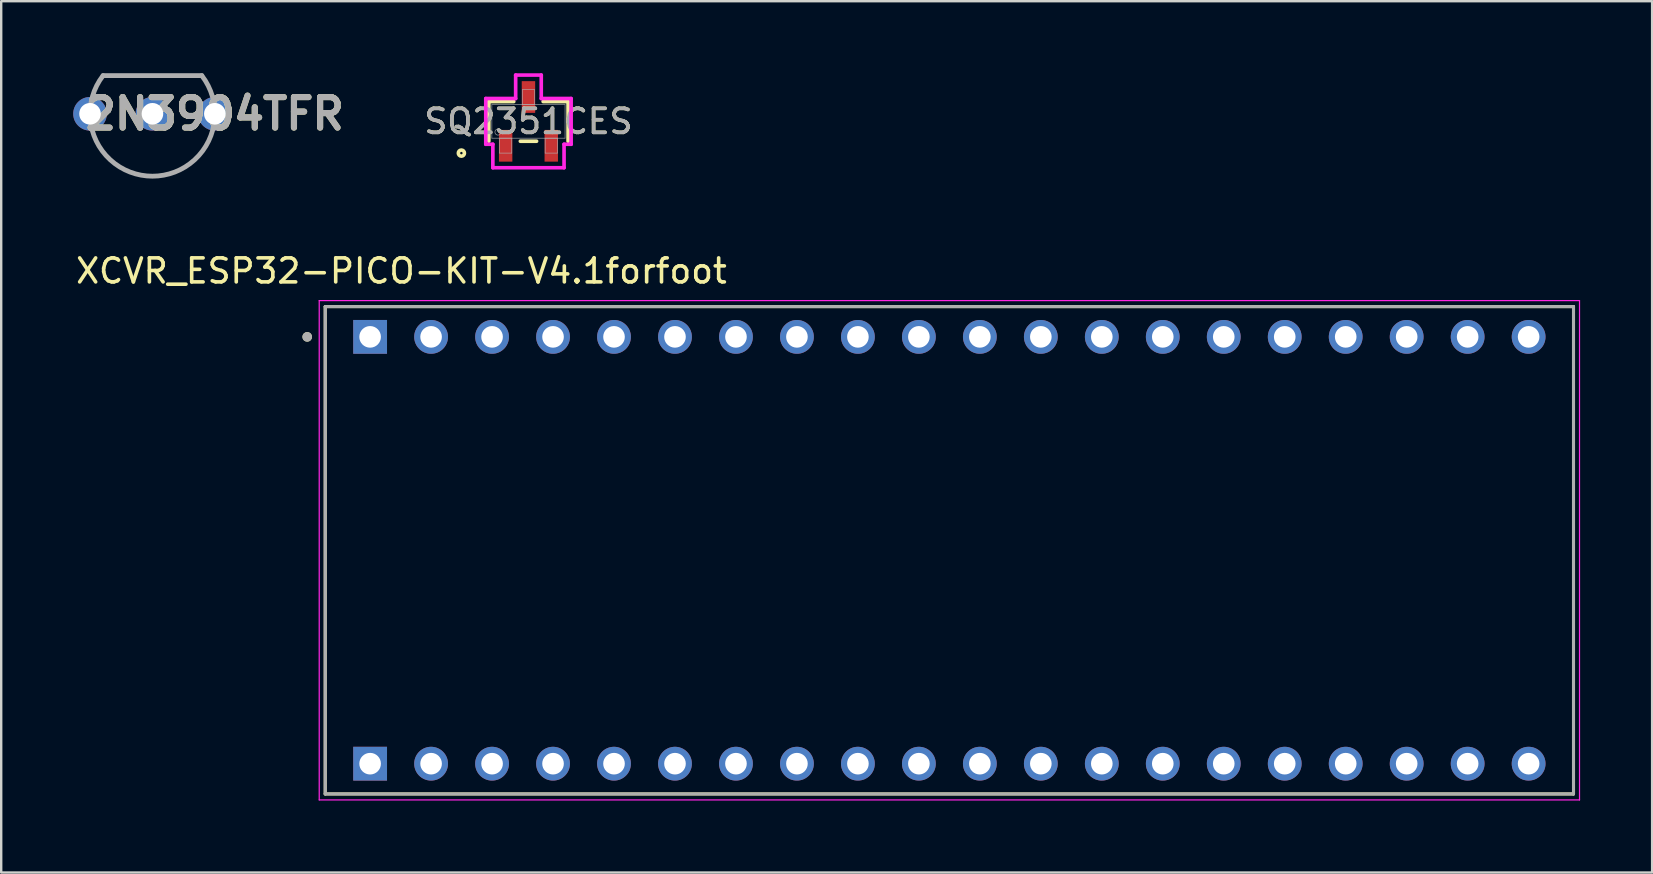
<source format=kicad_pcb>
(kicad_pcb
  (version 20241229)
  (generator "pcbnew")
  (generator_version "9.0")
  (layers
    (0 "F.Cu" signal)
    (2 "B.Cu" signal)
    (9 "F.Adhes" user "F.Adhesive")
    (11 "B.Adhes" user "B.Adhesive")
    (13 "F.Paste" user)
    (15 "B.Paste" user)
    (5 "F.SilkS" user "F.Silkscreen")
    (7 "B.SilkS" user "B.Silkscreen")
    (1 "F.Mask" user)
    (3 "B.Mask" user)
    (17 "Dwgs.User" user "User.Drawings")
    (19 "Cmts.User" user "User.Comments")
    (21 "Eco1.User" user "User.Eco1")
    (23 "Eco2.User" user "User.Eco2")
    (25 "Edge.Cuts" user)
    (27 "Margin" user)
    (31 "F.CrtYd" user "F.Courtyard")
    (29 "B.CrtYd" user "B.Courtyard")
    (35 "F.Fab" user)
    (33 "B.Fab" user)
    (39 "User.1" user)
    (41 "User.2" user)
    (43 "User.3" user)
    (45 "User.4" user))
  (footprint "XCVR_ESP32-PICO-KIT-V4.1forfoot"
    (layer "F.Cu")
    (at 36.498 19.873)
    (property "Reference" "XCVR_ESP32-PICO-KIT-V4.1forfoot" (at -22.825 -11.635 0) (layer "F.SilkS") (effects (font (size 1 1) (thickness 0.15))))
    (attr through_hole)
    (fp_line (start -26 -10.15) (end 26 -10.15) (stroke (width 0.127) (type solid)) (layer "F.SilkS"))
    (fp_line (start -26 10.15) (end -26 -10.15) (stroke (width 0.127) (type solid)) (layer "F.SilkS"))
    (fp_line (start 26 -10.15) (end 26 10.15) (stroke (width 0.127) (type solid)) (layer "F.SilkS"))
    (fp_line (start 26 10.15) (end -26 10.15) (stroke (width 0.127) (type solid)) (layer "F.SilkS"))
    (fp_circle (center -26.75 -8.89) (end -26.65 -8.89) (stroke (width 0.2) (type solid)) (fill no) (layer "F.SilkS"))
    (fp_line (start -26.25 -10.4) (end 26.25 -10.4) (stroke (width 0.05) (type solid)) (layer "F.CrtYd"))
    (fp_line (start -26.25 10.4) (end -26.25 -10.4) (stroke (width 0.05) (type solid)) (layer "F.CrtYd"))
    (fp_line (start 26.25 -10.4) (end 26.25 10.4) (stroke (width 0.05) (type solid)) (layer "F.CrtYd"))
    (fp_line (start 26.25 10.4) (end -26.25 10.4) (stroke (width 0.05) (type solid)) (layer "F.CrtYd"))
    (fp_line (start -26 -10.15) (end 26 -10.15) (stroke (width 0.127) (type solid)) (layer "F.Fab"))
    (fp_line (start -26 10.15) (end -26 -10.15) (stroke (width 0.127) (type solid)) (layer "F.Fab"))
    (fp_line (start 26 -10.15) (end 26 10.15) (stroke (width 0.127) (type solid)) (layer "F.Fab"))
    (fp_line (start 26 10.15) (end -26 10.15) (stroke (width 0.127) (type solid)) (layer "F.Fab"))
    (fp_circle (center -26.75 -8.89) (end -26.65 -8.89) (stroke (width 0.2) (type solid)) (fill no) (layer "F.Fab"))
    (pad "J2_1" thru_hole rect (at -24.13 -8.89) (size 1.408 1.408) (drill 0.9) (layers "*.Cu" "*.Mask"))
    (pad "J2_2" thru_hole circle (at -21.59 -8.89) (size 1.408 1.408) (drill 0.9) (layers "*.Cu" "*.Mask"))
    (pad "J2_3" thru_hole circle (at -19.05 -8.89) (size 1.408 1.408) (drill 0.9) (layers "*.Cu" "*.Mask"))
    (pad "J2_4" thru_hole circle (at -16.51 -8.89) (size 1.408 1.408) (drill 0.9) (layers "*.Cu" "*.Mask"))
    (pad "J2_5" thru_hole circle (at -13.97 -8.89) (size 1.408 1.408) (drill 0.9) (layers "*.Cu" "*.Mask"))
    (pad "J2_6" thru_hole circle (at -11.43 -8.89) (size 1.408 1.408) (drill 0.9) (layers "*.Cu" "*.Mask"))
    (pad "J2_7" thru_hole circle (at -8.89 -8.89) (size 1.408 1.408) (drill 0.9) (layers "*.Cu" "*.Mask"))
    (pad "J2_8" thru_hole circle (at -6.35 -8.89) (size 1.408 1.408) (drill 0.9) (layers "*.Cu" "*.Mask"))
    (pad "J2_9" thru_hole circle (at -3.81 -8.89) (size 1.408 1.408) (drill 0.9) (layers "*.Cu" "*.Mask"))
    (pad "J2_10" thru_hole circle (at -1.27 -8.89) (size 1.408 1.408) (drill 0.9) (layers "*.Cu" "*.Mask"))
    (pad "J2_11" thru_hole circle (at 1.27 -8.89) (size 1.408 1.408) (drill 0.9) (layers "*.Cu" "*.Mask"))
    (pad "J2_12" thru_hole circle (at 3.81 -8.89) (size 1.408 1.408) (drill 0.9) (layers "*.Cu" "*.Mask"))
    (pad "J2_13" thru_hole circle (at 6.35 -8.89) (size 1.408 1.408) (drill 0.9) (layers "*.Cu" "*.Mask"))
    (pad "J2_14" thru_hole circle (at 8.89 -8.89) (size 1.408 1.408) (drill 0.9) (layers "*.Cu" "*.Mask"))
    (pad "J2_15" thru_hole circle (at 11.43 -8.89) (size 1.408 1.408) (drill 0.9) (layers "*.Cu" "*.Mask"))
    (pad "J2_16" thru_hole circle (at 13.97 -8.89) (size 1.408 1.408) (drill 0.9) (layers "*.Cu" "*.Mask"))
    (pad "J2_17" thru_hole circle (at 16.51 -8.89) (size 1.408 1.408) (drill 0.9) (layers "*.Cu" "*.Mask"))
    (pad "J2_18" thru_hole circle (at 19.05 -8.89) (size 1.408 1.408) (drill 0.9) (layers "*.Cu" "*.Mask"))
    (pad "J2_19" thru_hole circle (at 21.59 -8.89) (size 1.408 1.408) (drill 0.9) (layers "*.Cu" "*.Mask"))
    (pad "J2_20" thru_hole circle (at 24.13 -8.89) (size 1.408 1.408) (drill 0.9) (layers "*.Cu" "*.Mask"))
    (pad "J3_1" thru_hole rect (at -24.13 8.89) (size 1.408 1.408) (drill 0.9) (layers "*.Cu" "*.Mask"))
    (pad "J3_2" thru_hole circle (at -21.59 8.89) (size 1.408 1.408) (drill 0.9) (layers "*.Cu" "*.Mask"))
    (pad "J3_3" thru_hole circle (at -19.05 8.89) (size 1.408 1.408) (drill 0.9) (layers "*.Cu" "*.Mask"))
    (pad "J3_4" thru_hole circle (at -16.51 8.89) (size 1.408 1.408) (drill 0.9) (layers "*.Cu" "*.Mask"))
    (pad "J3_5" thru_hole circle (at -13.97 8.89) (size 1.408 1.408) (drill 0.9) (layers "*.Cu" "*.Mask"))
    (pad "J3_6" thru_hole circle (at -11.43 8.89) (size 1.408 1.408) (drill 0.9) (layers "*.Cu" "*.Mask"))
    (pad "J3_7" thru_hole circle (at -8.89 8.89) (size 1.408 1.408) (drill 0.9) (layers "*.Cu" "*.Mask"))
    (pad "J3_8" thru_hole circle (at -6.35 8.89) (size 1.408 1.408) (drill 0.9) (layers "*.Cu" "*.Mask"))
    (pad "J3_9" thru_hole circle (at -3.81 8.89) (size 1.408 1.408) (drill 0.9) (layers "*.Cu" "*.Mask"))
    (pad "J3_10" thru_hole circle (at -1.27 8.89) (size 1.408 1.408) (drill 0.9) (layers "*.Cu" "*.Mask"))
    (pad "J3_11" thru_hole circle (at 1.27 8.89) (size 1.408 1.408) (drill 0.9) (layers "*.Cu" "*.Mask"))
    (pad "J3_12" thru_hole circle (at 3.81 8.89) (size 1.408 1.408) (drill 0.9) (layers "*.Cu" "*.Mask"))
    (pad "J3_13" thru_hole circle (at 6.35 8.89) (size 1.408 1.408) (drill 0.9) (layers "*.Cu" "*.Mask"))
    (pad "J3_14" thru_hole circle (at 8.89 8.89) (size 1.408 1.408) (drill 0.9) (layers "*.Cu" "*.Mask"))
    (pad "J3_15" thru_hole circle (at 11.43 8.89) (size 1.408 1.408) (drill 0.9) (layers "*.Cu" "*.Mask"))
    (pad "J3_16" thru_hole circle (at 13.97 8.89) (size 1.408 1.408) (drill 0.9) (layers "*.Cu" "*.Mask"))
    (pad "J3_17" thru_hole circle (at 16.51 8.89) (size 1.408 1.408) (drill 0.9) (layers "*.Cu" "*.Mask"))
    (pad "J3_18" thru_hole circle (at 19.05 8.89) (size 1.408 1.408) (drill 0.9) (layers "*.Cu" "*.Mask"))
    (pad "J3_19" thru_hole circle (at 21.59 8.89) (size 1.408 1.408) (drill 0.9) (layers "*.Cu" "*.Mask"))
    (pad "J3_20" thru_hole circle (at 24.13 8.89) (size 1.408 1.408) (drill 0.9) (layers "*.Cu" "*.Mask")))
  (footprint "2N3904TFR"
    (layer "F.Cu")
    (at 5.9 1.69)
    (property "Reference" "2N3904TFR" (at 0 0 0) (layer "F.SilkS") (effects (font (size 1.27 1.27) (thickness 0.254))))
    (attr through_hole)
    (fp_line (start -4.657 -1.59) (end -0.543 -1.59) (stroke (width 0.1) (type solid)) (layer "F.SilkS"))
    (fp_arc (start -0.199307 0.998336) (mid -2.599099 2.6) (end -5 1) (stroke (width 0.1) (type solid)) (layer "F.SilkS"))
    (fp_line (start -4.657 -1.59) (end -0.543 -1.59) (stroke (width 0.2) (type solid)) (layer "F.Fab"))
    (fp_arc (start -0.542795 -1.589942) (mid -2.600037 2.600002) (end -4.65716 -1.59) (stroke (width 0.2) (type solid)) (layer "F.Fab"))
    (fp_text user "${REFERENCE}" (at 0 0 0) (layer "F.Fab") (effects (font (size 1.27 1.27) (thickness 0.254))))
    (pad "1" thru_hole circle (at 0 0) (size 1.4 1.4) (drill 0.9) (layers "*.Cu" "*.Mask"))
    (pad "2" thru_hole circle (at -2.6 0) (size 1.4 1.4) (drill 0.9) (layers "*.Cu" "*.Mask"))
    (pad "3" thru_hole circle (at -5.2 0) (size 1.4 1.4) (drill 0.9) (layers "*.Cu" "*.Mask")))
  (footprint "SQ2351CES"
    (layer "F.Cu")
    (at 18.964 2.007)
    (property "Reference" "SQ2351CES" (at 0 0 0) (unlocked yes) (layer "F.SilkS") (effects (font (size 1 1) (thickness 0.15))))
    (attr smd)
    (fp_line (start -1.651 -0.826) (end -1.651 0.826) (stroke (width 0.152) (type solid)) (layer "F.SilkS"))
    (fp_line (start -0.612 -0.826) (end -1.651 -0.826) (stroke (width 0.152) (type solid)) (layer "F.SilkS"))
    (fp_line (start -0.338 0.826) (end 0.338 0.826) (stroke (width 0.152) (type solid)) (layer "F.SilkS"))
    (fp_line (start 1.651 -0.826) (end 0.612 -0.826) (stroke (width 0.152) (type solid)) (layer "F.SilkS"))
    (fp_line (start 1.651 0.826) (end 1.651 -0.826) (stroke (width 0.152) (type solid)) (layer "F.SilkS"))
    (fp_circle (center -2.794 1.321) (end -2.667 1.321) (stroke (width 0.152) (type solid)) (fill no) (layer "F.SilkS"))
    (fp_line (start -1.778 -0.953) (end -0.533 -0.953) (stroke (width 0.152) (type solid)) (layer "F.CrtYd"))
    (fp_line (start -1.778 0.953) (end -1.778 -0.953) (stroke (width 0.152) (type solid)) (layer "F.CrtYd"))
    (fp_line (start -1.778 0.953) (end -1.483 0.953) (stroke (width 0.152) (type solid)) (layer "F.CrtYd"))
    (fp_line (start -1.483 0.953) (end -1.483 1.93) (stroke (width 0.152) (type solid)) (layer "F.CrtYd"))
    (fp_line (start -1.483 1.93) (end 1.483 1.93) (stroke (width 0.152) (type solid)) (layer "F.CrtYd"))
    (fp_line (start -0.533 -1.93) (end 0.533 -1.93) (stroke (width 0.152) (type solid)) (layer "F.CrtYd"))
    (fp_line (start -0.533 -0.953) (end -0.533 -1.93) (stroke (width 0.152) (type solid)) (layer "F.CrtYd"))
    (fp_line (start 0.533 -0.953) (end 0.533 -1.93) (stroke (width 0.152) (type solid)) (layer "F.CrtYd"))
    (fp_line (start 1.483 0.953) (end 1.483 1.93) (stroke (width 0.152) (type solid)) (layer "F.CrtYd"))
    (fp_line (start 1.778 -0.953) (end 0.533 -0.953) (stroke (width 0.152) (type solid)) (layer "F.CrtYd"))
    (fp_line (start 1.778 -0.953) (end 1.778 0.953) (stroke (width 0.152) (type solid)) (layer "F.CrtYd"))
    (fp_line (start 1.778 0.953) (end 1.483 0.953) (stroke (width 0.152) (type solid)) (layer "F.CrtYd"))
    (fp_line (start -1.524 -0.699) (end -1.524 0.699) (stroke (width 0.025) (type solid)) (layer "F.Fab"))
    (fp_line (start -1.524 0.699) (end 1.524 0.699) (stroke (width 0.025) (type solid)) (layer "F.Fab"))
    (fp_line (start -1.204 0.699) (end -1.204 1.321) (stroke (width 0.025) (type solid)) (layer "F.Fab"))
    (fp_line (start -1.204 1.321) (end -0.696 1.321) (stroke (width 0.025) (type solid)) (layer "F.Fab"))
    (fp_line (start -0.696 0.699) (end -1.204 0.699) (stroke (width 0.025) (type solid)) (layer "F.Fab"))
    (fp_line (start -0.696 1.321) (end -0.696 0.699) (stroke (width 0.025) (type solid)) (layer "F.Fab"))
    (fp_line (start -0.254 -1.321) (end -0.254 -0.699) (stroke (width 0.025) (type solid)) (layer "F.Fab"))
    (fp_line (start -0.254 -0.699) (end 0.254 -0.699) (stroke (width 0.025) (type solid)) (layer "F.Fab"))
    (fp_line (start 0.254 -1.321) (end -0.254 -1.321) (stroke (width 0.025) (type solid)) (layer "F.Fab"))
    (fp_line (start 0.254 -0.699) (end 0.254 -1.321) (stroke (width 0.025) (type solid)) (layer "F.Fab"))
    (fp_line (start 0.696 0.699) (end 0.696 1.321) (stroke (width 0.025) (type solid)) (layer "F.Fab"))
    (fp_line (start 0.696 1.321) (end 1.204 1.321) (stroke (width 0.025) (type solid)) (layer "F.Fab"))
    (fp_line (start 1.204 0.699) (end 0.696 0.699) (stroke (width 0.025) (type solid)) (layer "F.Fab"))
    (fp_line (start 1.204 1.321) (end 1.204 0.699) (stroke (width 0.025) (type solid)) (layer "F.Fab"))
    (fp_line (start 1.524 -0.699) (end -1.524 -0.699) (stroke (width 0.025) (type solid)) (layer "F.Fab"))
    (fp_line (start 1.524 0.699) (end 1.524 -0.699) (stroke (width 0.025) (type solid)) (layer "F.Fab"))
    (fp_circle (center -1.27 0.445) (end -1.143 0.445) (stroke (width 0.025) (type solid)) (fill no) (layer "F.Fab"))
    (fp_text user "${REFERENCE}" (at 0 0 0) (unlocked yes) (layer "F.Fab") (effects (font (size 1 1) (thickness 0.15))))
    (pad "1" smd rect (at -0.95 1.016) (size 0.559 1.321) (layers "F.Cu" "F.Mask" "F.Paste"))
    (pad "2" smd rect (at 0.95 1.016) (size 0.559 1.321) (layers "F.Cu" "F.Mask" "F.Paste"))
    (pad "3" smd rect (at 0 -1.016) (size 0.559 1.321) (layers "F.Cu" "F.Mask" "F.Paste")))
  (gr_rect
    (start -3 -3)
    (end 65.773 33.298)
    (stroke (width 0.1) (type default))
    (fill no)
    (layer "Edge.Cuts")))
</source>
